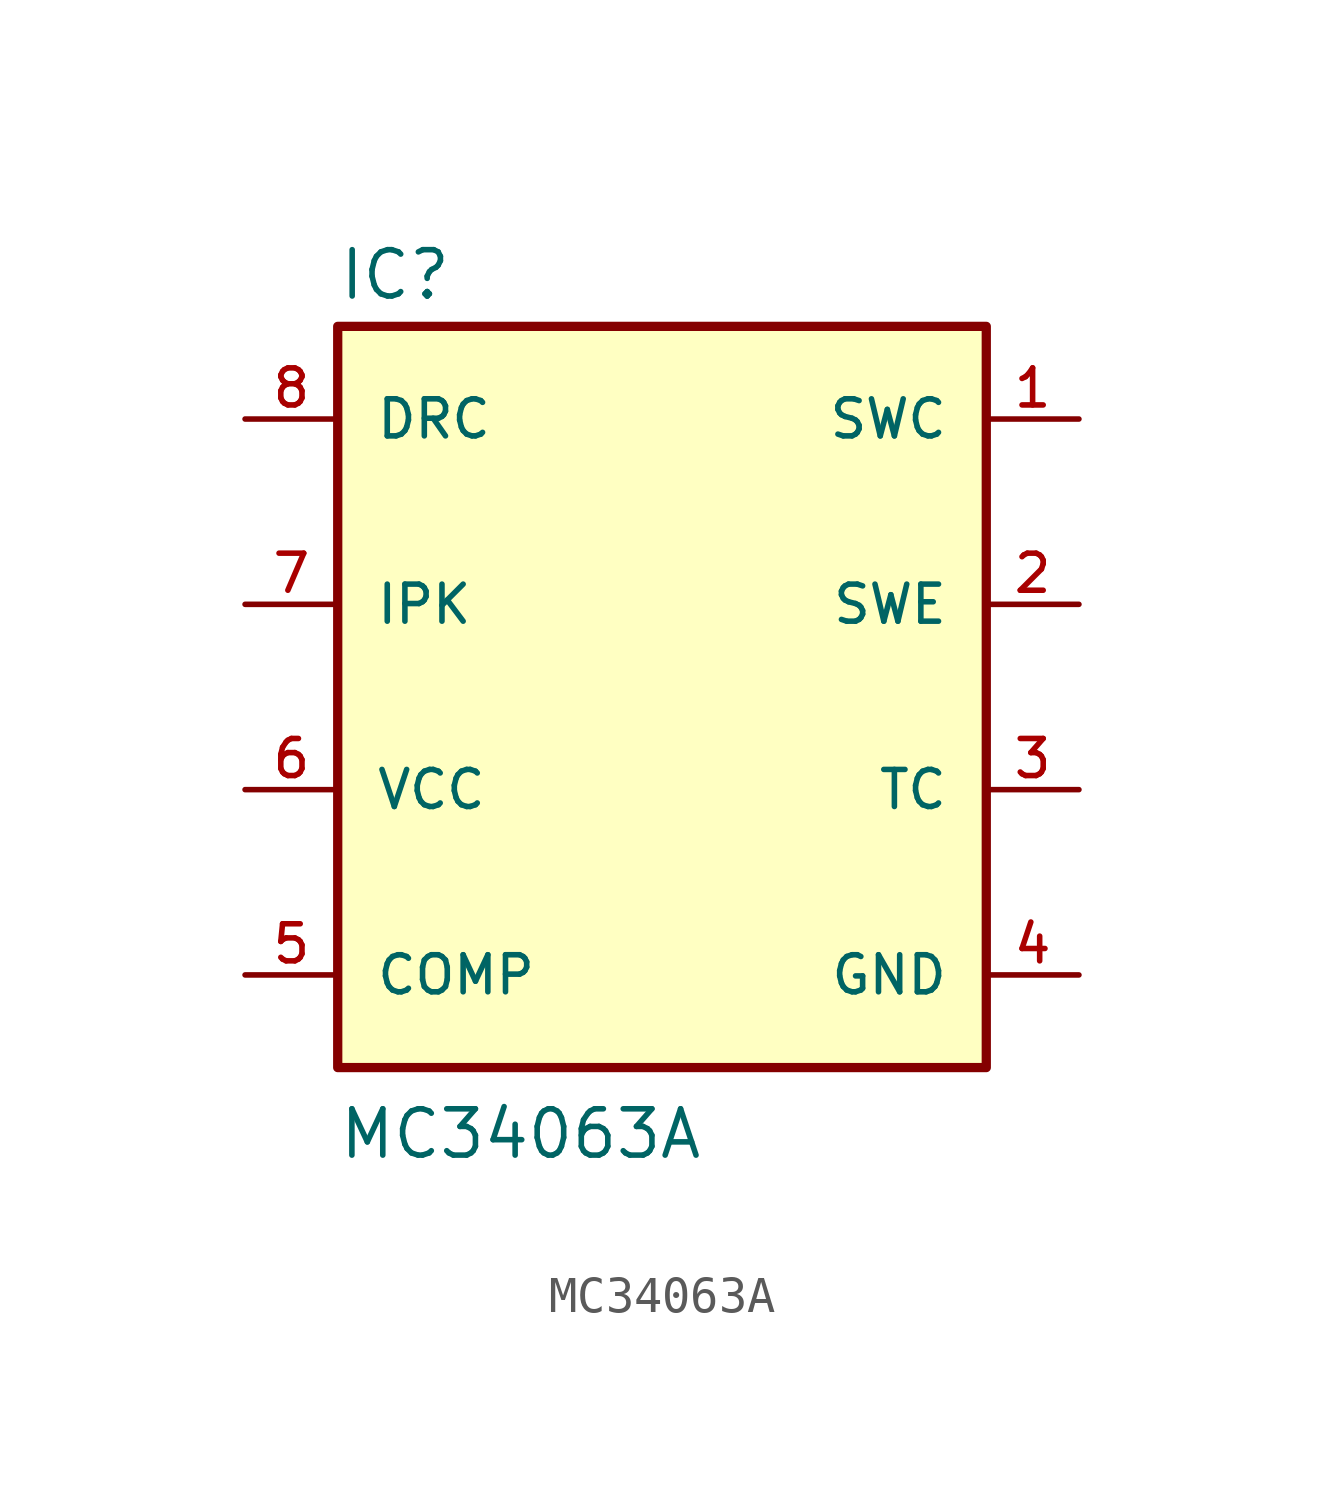
<source format=kicad_sym>
(kicad_symbol_lib
  (version 20211014)
  (generator kicad_symbol_editor)
  (symbol "MC34063A"
    (pin_names
      (offset 1.016))
    (property "Reference" "IC"
      (at -7.626 10.829 0)
      (effects (font (size 1.27 1.27)) (justify bottom left)))
    (property "Value" "MC34063A"
      (at -7.634 -12.723 0)
      (effects (font (size 1.27 1.27)) (justify bottom left)))
    (symbol "MC34063A_0_0"
      (rectangle (start -7.62 -10.16) (end 10.16 10.16) (stroke (width 0.254)) (fill (type background)))
      (pin input line (at -10.16 7.62 0) (length 2.54) (name "DRC" (effects (font (size 1.016 1.016)))) (number "8" (effects (font (size 1.016 1.016)))))
      (pin input line (at -10.16 2.54 0) (length 2.54) (name "IPK" (effects (font (size 1.016 1.016)))) (number "7" (effects (font (size 1.016 1.016)))))
      (pin power_in line (at -10.16 -2.54 0) (length 2.54) (name "VCC" (effects (font (size 1.016 1.016)))) (number "6" (effects (font (size 1.016 1.016)))))
      (pin input line (at -10.16 -7.62 0) (length 2.54) (name "COMP" (effects (font (size 1.016 1.016)))) (number "5" (effects (font (size 1.016 1.016)))))
      (pin bidirectional line (at 12.7 7.62 180.0) (length 2.54) (name "SWC" (effects (font (size 1.016 1.016)))) (number "1" (effects (font (size 1.016 1.016)))))
      (pin bidirectional line (at 12.7 2.54 180.0) (length 2.54) (name "SWE" (effects (font (size 1.016 1.016)))) (number "2" (effects (font (size 1.016 1.016)))))
      (pin passive line (at 12.7 -2.54 180.0) (length 2.54) (name "TC" (effects (font (size 1.016 1.016)))) (number "3" (effects (font (size 1.016 1.016)))))
      (pin power_in line (at 12.7 -7.62 180.0) (length 2.54) (name "GND" (effects (font (size 1.016 1.016)))) (number "4" (effects (font (size 1.016 1.016))))))))
</source>
